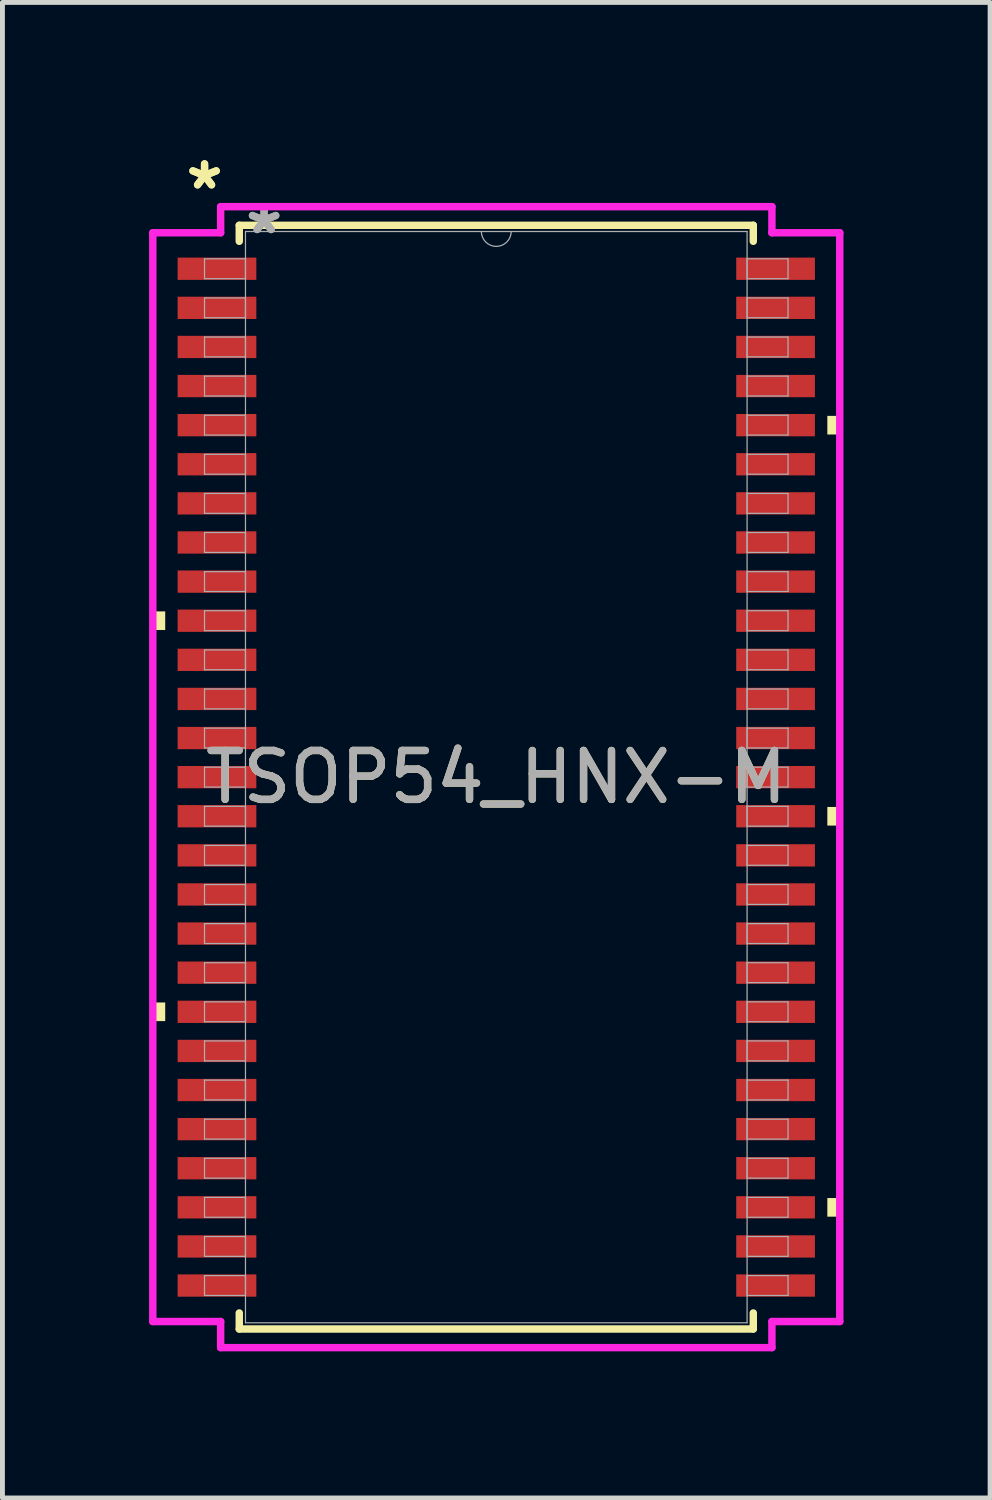
<source format=kicad_pcb>
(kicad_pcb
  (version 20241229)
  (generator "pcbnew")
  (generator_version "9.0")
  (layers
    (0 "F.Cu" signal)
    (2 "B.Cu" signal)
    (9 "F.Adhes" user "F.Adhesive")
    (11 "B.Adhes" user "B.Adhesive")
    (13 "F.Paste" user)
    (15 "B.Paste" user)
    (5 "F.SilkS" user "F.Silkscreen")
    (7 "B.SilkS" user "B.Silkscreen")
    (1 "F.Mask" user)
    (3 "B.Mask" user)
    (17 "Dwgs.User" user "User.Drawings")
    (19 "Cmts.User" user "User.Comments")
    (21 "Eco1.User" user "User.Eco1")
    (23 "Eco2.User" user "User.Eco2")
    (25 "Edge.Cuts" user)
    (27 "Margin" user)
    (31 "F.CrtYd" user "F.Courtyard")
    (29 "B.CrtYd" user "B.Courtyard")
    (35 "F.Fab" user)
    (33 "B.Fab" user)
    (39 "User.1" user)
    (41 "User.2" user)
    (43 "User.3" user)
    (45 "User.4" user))
  (footprint "TSOP54_HNX-M"
    (layer "F.Cu")
    (at 7.103 12.849)
    (property "Reference" "TSOP54_HNX-M" (at 0 0 0) (unlocked yes) (layer "F.SilkS") (effects (font (size 1 1) (thickness 0.15))))
    (attr smd)
    (fp_line (start -5.258 -11.29) (end -5.258 -10.962) (stroke (width 0.152) (type solid)) (layer "F.SilkS"))
    (fp_line (start -5.258 10.962) (end -5.258 11.29) (stroke (width 0.152) (type solid)) (layer "F.SilkS"))
    (fp_line (start -5.258 11.29) (end 5.258 11.29) (stroke (width 0.152) (type solid)) (layer "F.SilkS"))
    (fp_line (start 5.258 -11.29) (end -5.258 -11.29) (stroke (width 0.152) (type solid)) (layer "F.SilkS"))
    (fp_line (start 5.258 -10.962) (end 5.258 -11.29) (stroke (width 0.152) (type solid)) (layer "F.SilkS"))
    (fp_line (start 5.258 11.29) (end 5.258 10.962) (stroke (width 0.152) (type solid)) (layer "F.SilkS"))
    (fp_poly (pts (xy -7.027 -3.391) (xy -7.027 -3.01) (xy -6.773 -3.01) (xy -6.773 -3.391)) (stroke (width 0) (type solid)) (fill yes) (layer "F.SilkS"))
    (fp_poly (pts (xy -7.027 4.61) (xy -7.027 4.991) (xy -6.773 4.991) (xy -6.773 4.61)) (stroke (width 0) (type solid)) (fill yes) (layer "F.SilkS"))
    (fp_poly (pts (xy 7.027 -7.391) (xy 7.027 -7.01) (xy 6.773 -7.01) (xy 6.773 -7.391)) (stroke (width 0) (type solid)) (fill yes) (layer "F.SilkS"))
    (fp_poly (pts (xy 7.027 0.61) (xy 7.027 0.991) (xy 6.773 0.991) (xy 6.773 0.61)) (stroke (width 0) (type solid)) (fill yes) (layer "F.SilkS"))
    (fp_poly (pts (xy 7.027 8.611) (xy 7.027 8.992) (xy 6.773 8.992) (xy 6.773 8.611)) (stroke (width 0) (type solid)) (fill yes) (layer "F.SilkS"))
    (fp_line (start -7.027 -11.137) (end -5.639 -11.137) (stroke (width 0.152) (type solid)) (layer "F.CrtYd"))
    (fp_line (start -7.027 11.137) (end -7.027 -11.137) (stroke (width 0.152) (type solid)) (layer "F.CrtYd"))
    (fp_line (start -7.027 11.137) (end -5.639 11.137) (stroke (width 0.152) (type solid)) (layer "F.CrtYd"))
    (fp_line (start -5.639 -11.671) (end 5.639 -11.671) (stroke (width 0.152) (type solid)) (layer "F.CrtYd"))
    (fp_line (start -5.639 -11.137) (end -5.639 -11.671) (stroke (width 0.152) (type solid)) (layer "F.CrtYd"))
    (fp_line (start -5.639 11.671) (end -5.639 11.137) (stroke (width 0.152) (type solid)) (layer "F.CrtYd"))
    (fp_line (start 5.639 -11.671) (end 5.639 -11.137) (stroke (width 0.152) (type solid)) (layer "F.CrtYd"))
    (fp_line (start 5.639 11.137) (end 5.639 11.671) (stroke (width 0.152) (type solid)) (layer "F.CrtYd"))
    (fp_line (start 5.639 11.671) (end -5.639 11.671) (stroke (width 0.152) (type solid)) (layer "F.CrtYd"))
    (fp_line (start 7.027 -11.137) (end 5.639 -11.137) (stroke (width 0.152) (type solid)) (layer "F.CrtYd"))
    (fp_line (start 7.027 -11.137) (end 7.027 11.137) (stroke (width 0.152) (type solid)) (layer "F.CrtYd"))
    (fp_line (start 7.027 11.137) (end 5.639 11.137) (stroke (width 0.152) (type solid)) (layer "F.CrtYd"))
    (fp_line (start -5.969 -10.604) (end -5.969 -10.198) (stroke (width 0.025) (type solid)) (layer "F.Fab"))
    (fp_line (start -5.969 -10.198) (end -5.131 -10.198) (stroke (width 0.025) (type solid)) (layer "F.Fab"))
    (fp_line (start -5.969 -9.804) (end -5.969 -9.398) (stroke (width 0.025) (type solid)) (layer "F.Fab"))
    (fp_line (start -5.969 -9.398) (end -5.131 -9.398) (stroke (width 0.025) (type solid)) (layer "F.Fab"))
    (fp_line (start -5.969 -9.004) (end -5.969 -8.598) (stroke (width 0.025) (type solid)) (layer "F.Fab"))
    (fp_line (start -5.969 -8.598) (end -5.131 -8.598) (stroke (width 0.025) (type solid)) (layer "F.Fab"))
    (fp_line (start -5.969 -8.204) (end -5.969 -7.798) (stroke (width 0.025) (type solid)) (layer "F.Fab"))
    (fp_line (start -5.969 -7.798) (end -5.131 -7.798) (stroke (width 0.025) (type solid)) (layer "F.Fab"))
    (fp_line (start -5.969 -7.404) (end -5.969 -6.998) (stroke (width 0.025) (type solid)) (layer "F.Fab"))
    (fp_line (start -5.969 -6.998) (end -5.131 -6.998) (stroke (width 0.025) (type solid)) (layer "F.Fab"))
    (fp_line (start -5.969 -6.604) (end -5.969 -6.198) (stroke (width 0.025) (type solid)) (layer "F.Fab"))
    (fp_line (start -5.969 -6.198) (end -5.131 -6.198) (stroke (width 0.025) (type solid)) (layer "F.Fab"))
    (fp_line (start -5.969 -5.804) (end -5.969 -5.397) (stroke (width 0.025) (type solid)) (layer "F.Fab"))
    (fp_line (start -5.969 -5.397) (end -5.131 -5.397) (stroke (width 0.025) (type solid)) (layer "F.Fab"))
    (fp_line (start -5.969 -5.004) (end -5.969 -4.597) (stroke (width 0.025) (type solid)) (layer "F.Fab"))
    (fp_line (start -5.969 -4.597) (end -5.131 -4.597) (stroke (width 0.025) (type solid)) (layer "F.Fab"))
    (fp_line (start -5.969 -4.204) (end -5.969 -3.797) (stroke (width 0.025) (type solid)) (layer "F.Fab"))
    (fp_line (start -5.969 -3.797) (end -5.131 -3.797) (stroke (width 0.025) (type solid)) (layer "F.Fab"))
    (fp_line (start -5.969 -3.404) (end -5.969 -2.997) (stroke (width 0.025) (type solid)) (layer "F.Fab"))
    (fp_line (start -5.969 -2.997) (end -5.131 -2.997) (stroke (width 0.025) (type solid)) (layer "F.Fab"))
    (fp_line (start -5.969 -2.603) (end -5.969 -2.197) (stroke (width 0.025) (type solid)) (layer "F.Fab"))
    (fp_line (start -5.969 -2.197) (end -5.131 -2.197) (stroke (width 0.025) (type solid)) (layer "F.Fab"))
    (fp_line (start -5.969 -1.803) (end -5.969 -1.397) (stroke (width 0.025) (type solid)) (layer "F.Fab"))
    (fp_line (start -5.969 -1.397) (end -5.131 -1.397) (stroke (width 0.025) (type solid)) (layer "F.Fab"))
    (fp_line (start -5.969 -1.003) (end -5.969 -0.597) (stroke (width 0.025) (type solid)) (layer "F.Fab"))
    (fp_line (start -5.969 -0.597) (end -5.131 -0.597) (stroke (width 0.025) (type solid)) (layer "F.Fab"))
    (fp_line (start -5.969 -0.203) (end -5.969 0.203) (stroke (width 0.025) (type solid)) (layer "F.Fab"))
    (fp_line (start -5.969 0.203) (end -5.131 0.203) (stroke (width 0.025) (type solid)) (layer "F.Fab"))
    (fp_line (start -5.969 0.597) (end -5.969 1.003) (stroke (width 0.025) (type solid)) (layer "F.Fab"))
    (fp_line (start -5.969 1.003) (end -5.131 1.003) (stroke (width 0.025) (type solid)) (layer "F.Fab"))
    (fp_line (start -5.969 1.397) (end -5.969 1.803) (stroke (width 0.025) (type solid)) (layer "F.Fab"))
    (fp_line (start -5.969 1.803) (end -5.131 1.803) (stroke (width 0.025) (type solid)) (layer "F.Fab"))
    (fp_line (start -5.969 2.197) (end -5.969 2.603) (stroke (width 0.025) (type solid)) (layer "F.Fab"))
    (fp_line (start -5.969 2.603) (end -5.131 2.603) (stroke (width 0.025) (type solid)) (layer "F.Fab"))
    (fp_line (start -5.969 2.997) (end -5.969 3.404) (stroke (width 0.025) (type solid)) (layer "F.Fab"))
    (fp_line (start -5.969 3.404) (end -5.131 3.404) (stroke (width 0.025) (type solid)) (layer "F.Fab"))
    (fp_line (start -5.969 3.797) (end -5.969 4.204) (stroke (width 0.025) (type solid)) (layer "F.Fab"))
    (fp_line (start -5.969 4.204) (end -5.131 4.204) (stroke (width 0.025) (type solid)) (layer "F.Fab"))
    (fp_line (start -5.969 4.597) (end -5.969 5.004) (stroke (width 0.025) (type solid)) (layer "F.Fab"))
    (fp_line (start -5.969 5.004) (end -5.131 5.004) (stroke (width 0.025) (type solid)) (layer "F.Fab"))
    (fp_line (start -5.969 5.397) (end -5.969 5.804) (stroke (width 0.025) (type solid)) (layer "F.Fab"))
    (fp_line (start -5.969 5.804) (end -5.131 5.804) (stroke (width 0.025) (type solid)) (layer "F.Fab"))
    (fp_line (start -5.969 6.198) (end -5.969 6.604) (stroke (width 0.025) (type solid)) (layer "F.Fab"))
    (fp_line (start -5.969 6.604) (end -5.131 6.604) (stroke (width 0.025) (type solid)) (layer "F.Fab"))
    (fp_line (start -5.969 6.998) (end -5.969 7.404) (stroke (width 0.025) (type solid)) (layer "F.Fab"))
    (fp_line (start -5.969 7.404) (end -5.131 7.404) (stroke (width 0.025) (type solid)) (layer "F.Fab"))
    (fp_line (start -5.969 7.798) (end -5.969 8.204) (stroke (width 0.025) (type solid)) (layer "F.Fab"))
    (fp_line (start -5.969 8.204) (end -5.131 8.204) (stroke (width 0.025) (type solid)) (layer "F.Fab"))
    (fp_line (start -5.969 8.598) (end -5.969 9.004) (stroke (width 0.025) (type solid)) (layer "F.Fab"))
    (fp_line (start -5.969 9.004) (end -5.131 9.004) (stroke (width 0.025) (type solid)) (layer "F.Fab"))
    (fp_line (start -5.969 9.398) (end -5.969 9.804) (stroke (width 0.025) (type solid)) (layer "F.Fab"))
    (fp_line (start -5.969 9.804) (end -5.131 9.804) (stroke (width 0.025) (type solid)) (layer "F.Fab"))
    (fp_line (start -5.969 10.198) (end -5.969 10.604) (stroke (width 0.025) (type solid)) (layer "F.Fab"))
    (fp_line (start -5.969 10.604) (end -5.131 10.604) (stroke (width 0.025) (type solid)) (layer "F.Fab"))
    (fp_line (start -5.131 -11.163) (end -5.131 11.163) (stroke (width 0.025) (type solid)) (layer "F.Fab"))
    (fp_line (start -5.131 -10.604) (end -5.969 -10.604) (stroke (width 0.025) (type solid)) (layer "F.Fab"))
    (fp_line (start -5.131 -10.198) (end -5.131 -10.604) (stroke (width 0.025) (type solid)) (layer "F.Fab"))
    (fp_line (start -5.131 -9.804) (end -5.969 -9.804) (stroke (width 0.025) (type solid)) (layer "F.Fab"))
    (fp_line (start -5.131 -9.398) (end -5.131 -9.804) (stroke (width 0.025) (type solid)) (layer "F.Fab"))
    (fp_line (start -5.131 -9.004) (end -5.969 -9.004) (stroke (width 0.025) (type solid)) (layer "F.Fab"))
    (fp_line (start -5.131 -8.598) (end -5.131 -9.004) (stroke (width 0.025) (type solid)) (layer "F.Fab"))
    (fp_line (start -5.131 -8.204) (end -5.969 -8.204) (stroke (width 0.025) (type solid)) (layer "F.Fab"))
    (fp_line (start -5.131 -7.798) (end -5.131 -8.204) (stroke (width 0.025) (type solid)) (layer "F.Fab"))
    (fp_line (start -5.131 -7.404) (end -5.969 -7.404) (stroke (width 0.025) (type solid)) (layer "F.Fab"))
    (fp_line (start -5.131 -6.998) (end -5.131 -7.404) (stroke (width 0.025) (type solid)) (layer "F.Fab"))
    (fp_line (start -5.131 -6.604) (end -5.969 -6.604) (stroke (width 0.025) (type solid)) (layer "F.Fab"))
    (fp_line (start -5.131 -6.198) (end -5.131 -6.604) (stroke (width 0.025) (type solid)) (layer "F.Fab"))
    (fp_line (start -5.131 -5.804) (end -5.969 -5.804) (stroke (width 0.025) (type solid)) (layer "F.Fab"))
    (fp_line (start -5.131 -5.397) (end -5.131 -5.804) (stroke (width 0.025) (type solid)) (layer "F.Fab"))
    (fp_line (start -5.131 -5.004) (end -5.969 -5.004) (stroke (width 0.025) (type solid)) (layer "F.Fab"))
    (fp_line (start -5.131 -4.597) (end -5.131 -5.004) (stroke (width 0.025) (type solid)) (layer "F.Fab"))
    (fp_line (start -5.131 -4.204) (end -5.969 -4.204) (stroke (width 0.025) (type solid)) (layer "F.Fab"))
    (fp_line (start -5.131 -3.797) (end -5.131 -4.204) (stroke (width 0.025) (type solid)) (layer "F.Fab"))
    (fp_line (start -5.131 -3.404) (end -5.969 -3.404) (stroke (width 0.025) (type solid)) (layer "F.Fab"))
    (fp_line (start -5.131 -2.997) (end -5.131 -3.404) (stroke (width 0.025) (type solid)) (layer "F.Fab"))
    (fp_line (start -5.131 -2.603) (end -5.969 -2.603) (stroke (width 0.025) (type solid)) (layer "F.Fab"))
    (fp_line (start -5.131 -2.197) (end -5.131 -2.603) (stroke (width 0.025) (type solid)) (layer "F.Fab"))
    (fp_line (start -5.131 -1.803) (end -5.969 -1.803) (stroke (width 0.025) (type solid)) (layer "F.Fab"))
    (fp_line (start -5.131 -1.397) (end -5.131 -1.803) (stroke (width 0.025) (type solid)) (layer "F.Fab"))
    (fp_line (start -5.131 -1.003) (end -5.969 -1.003) (stroke (width 0.025) (type solid)) (layer "F.Fab"))
    (fp_line (start -5.131 -0.597) (end -5.131 -1.003) (stroke (width 0.025) (type solid)) (layer "F.Fab"))
    (fp_line (start -5.131 -0.203) (end -5.969 -0.203) (stroke (width 0.025) (type solid)) (layer "F.Fab"))
    (fp_line (start -5.131 0.203) (end -5.131 -0.203) (stroke (width 0.025) (type solid)) (layer "F.Fab"))
    (fp_line (start -5.131 0.597) (end -5.969 0.597) (stroke (width 0.025) (type solid)) (layer "F.Fab"))
    (fp_line (start -5.131 1.003) (end -5.131 0.597) (stroke (width 0.025) (type solid)) (layer "F.Fab"))
    (fp_line (start -5.131 1.397) (end -5.969 1.397) (stroke (width 0.025) (type solid)) (layer "F.Fab"))
    (fp_line (start -5.131 1.803) (end -5.131 1.397) (stroke (width 0.025) (type solid)) (layer "F.Fab"))
    (fp_line (start -5.131 2.197) (end -5.969 2.197) (stroke (width 0.025) (type solid)) (layer "F.Fab"))
    (fp_line (start -5.131 2.603) (end -5.131 2.197) (stroke (width 0.025) (type solid)) (layer "F.Fab"))
    (fp_line (start -5.131 2.997) (end -5.969 2.997) (stroke (width 0.025) (type solid)) (layer "F.Fab"))
    (fp_line (start -5.131 3.404) (end -5.131 2.997) (stroke (width 0.025) (type solid)) (layer "F.Fab"))
    (fp_line (start -5.131 3.797) (end -5.969 3.797) (stroke (width 0.025) (type solid)) (layer "F.Fab"))
    (fp_line (start -5.131 4.204) (end -5.131 3.797) (stroke (width 0.025) (type solid)) (layer "F.Fab"))
    (fp_line (start -5.131 4.597) (end -5.969 4.597) (stroke (width 0.025) (type solid)) (layer "F.Fab"))
    (fp_line (start -5.131 5.004) (end -5.131 4.597) (stroke (width 0.025) (type solid)) (layer "F.Fab"))
    (fp_line (start -5.131 5.397) (end -5.969 5.397) (stroke (width 0.025) (type solid)) (layer "F.Fab"))
    (fp_line (start -5.131 5.804) (end -5.131 5.397) (stroke (width 0.025) (type solid)) (layer "F.Fab"))
    (fp_line (start -5.131 6.198) (end -5.969 6.198) (stroke (width 0.025) (type solid)) (layer "F.Fab"))
    (fp_line (start -5.131 6.604) (end -5.131 6.198) (stroke (width 0.025) (type solid)) (layer "F.Fab"))
    (fp_line (start -5.131 6.998) (end -5.969 6.998) (stroke (width 0.025) (type solid)) (layer "F.Fab"))
    (fp_line (start -5.131 7.404) (end -5.131 6.998) (stroke (width 0.025) (type solid)) (layer "F.Fab"))
    (fp_line (start -5.131 7.798) (end -5.969 7.798) (stroke (width 0.025) (type solid)) (layer "F.Fab"))
    (fp_line (start -5.131 8.204) (end -5.131 7.798) (stroke (width 0.025) (type solid)) (layer "F.Fab"))
    (fp_line (start -5.131 8.598) (end -5.969 8.598) (stroke (width 0.025) (type solid)) (layer "F.Fab"))
    (fp_line (start -5.131 9.004) (end -5.131 8.598) (stroke (width 0.025) (type solid)) (layer "F.Fab"))
    (fp_line (start -5.131 9.398) (end -5.969 9.398) (stroke (width 0.025) (type solid)) (layer "F.Fab"))
    (fp_line (start -5.131 9.804) (end -5.131 9.398) (stroke (width 0.025) (type solid)) (layer "F.Fab"))
    (fp_line (start -5.131 10.198) (end -5.969 10.198) (stroke (width 0.025) (type solid)) (layer "F.Fab"))
    (fp_line (start -5.131 10.604) (end -5.131 10.198) (stroke (width 0.025) (type solid)) (layer "F.Fab"))
    (fp_line (start -5.131 11.163) (end 5.131 11.163) (stroke (width 0.025) (type solid)) (layer "F.Fab"))
    (fp_line (start 5.131 -11.163) (end -5.131 -11.163) (stroke (width 0.025) (type solid)) (layer "F.Fab"))
    (fp_line (start 5.131 -10.604) (end 5.131 -10.198) (stroke (width 0.025) (type solid)) (layer "F.Fab"))
    (fp_line (start 5.131 -10.198) (end 5.969 -10.198) (stroke (width 0.025) (type solid)) (layer "F.Fab"))
    (fp_line (start 5.131 -9.804) (end 5.131 -9.398) (stroke (width 0.025) (type solid)) (layer "F.Fab"))
    (fp_line (start 5.131 -9.398) (end 5.969 -9.398) (stroke (width 0.025) (type solid)) (layer "F.Fab"))
    (fp_line (start 5.131 -9.004) (end 5.131 -8.598) (stroke (width 0.025) (type solid)) (layer "F.Fab"))
    (fp_line (start 5.131 -8.598) (end 5.969 -8.598) (stroke (width 0.025) (type solid)) (layer "F.Fab"))
    (fp_line (start 5.131 -8.204) (end 5.131 -7.798) (stroke (width 0.025) (type solid)) (layer "F.Fab"))
    (fp_line (start 5.131 -7.798) (end 5.969 -7.798) (stroke (width 0.025) (type solid)) (layer "F.Fab"))
    (fp_line (start 5.131 -7.404) (end 5.131 -6.998) (stroke (width 0.025) (type solid)) (layer "F.Fab"))
    (fp_line (start 5.131 -6.998) (end 5.969 -6.998) (stroke (width 0.025) (type solid)) (layer "F.Fab"))
    (fp_line (start 5.131 -6.604) (end 5.131 -6.198) (stroke (width 0.025) (type solid)) (layer "F.Fab"))
    (fp_line (start 5.131 -6.198) (end 5.969 -6.198) (stroke (width 0.025) (type solid)) (layer "F.Fab"))
    (fp_line (start 5.131 -5.804) (end 5.131 -5.397) (stroke (width 0.025) (type solid)) (layer "F.Fab"))
    (fp_line (start 5.131 -5.397) (end 5.969 -5.397) (stroke (width 0.025) (type solid)) (layer "F.Fab"))
    (fp_line (start 5.131 -5.004) (end 5.131 -4.597) (stroke (width 0.025) (type solid)) (layer "F.Fab"))
    (fp_line (start 5.131 -4.597) (end 5.969 -4.597) (stroke (width 0.025) (type solid)) (layer "F.Fab"))
    (fp_line (start 5.131 -4.204) (end 5.131 -3.797) (stroke (width 0.025) (type solid)) (layer "F.Fab"))
    (fp_line (start 5.131 -3.797) (end 5.969 -3.797) (stroke (width 0.025) (type solid)) (layer "F.Fab"))
    (fp_line (start 5.131 -3.404) (end 5.131 -2.997) (stroke (width 0.025) (type solid)) (layer "F.Fab"))
    (fp_line (start 5.131 -2.997) (end 5.969 -2.997) (stroke (width 0.025) (type solid)) (layer "F.Fab"))
    (fp_line (start 5.131 -2.603) (end 5.131 -2.197) (stroke (width 0.025) (type solid)) (layer "F.Fab"))
    (fp_line (start 5.131 -2.197) (end 5.969 -2.197) (stroke (width 0.025) (type solid)) (layer "F.Fab"))
    (fp_line (start 5.131 -1.803) (end 5.131 -1.397) (stroke (width 0.025) (type solid)) (layer "F.Fab"))
    (fp_line (start 5.131 -1.397) (end 5.969 -1.397) (stroke (width 0.025) (type solid)) (layer "F.Fab"))
    (fp_line (start 5.131 -1.003) (end 5.131 -0.597) (stroke (width 0.025) (type solid)) (layer "F.Fab"))
    (fp_line (start 5.131 -0.597) (end 5.969 -0.597) (stroke (width 0.025) (type solid)) (layer "F.Fab"))
    (fp_line (start 5.131 -0.203) (end 5.131 0.203) (stroke (width 0.025) (type solid)) (layer "F.Fab"))
    (fp_line (start 5.131 0.203) (end 5.969 0.203) (stroke (width 0.025) (type solid)) (layer "F.Fab"))
    (fp_line (start 5.131 0.597) (end 5.131 1.003) (stroke (width 0.025) (type solid)) (layer "F.Fab"))
    (fp_line (start 5.131 1.003) (end 5.969 1.003) (stroke (width 0.025) (type solid)) (layer "F.Fab"))
    (fp_line (start 5.131 1.397) (end 5.131 1.803) (stroke (width 0.025) (type solid)) (layer "F.Fab"))
    (fp_line (start 5.131 1.803) (end 5.969 1.803) (stroke (width 0.025) (type solid)) (layer "F.Fab"))
    (fp_line (start 5.131 2.197) (end 5.131 2.603) (stroke (width 0.025) (type solid)) (layer "F.Fab"))
    (fp_line (start 5.131 2.603) (end 5.969 2.603) (stroke (width 0.025) (type solid)) (layer "F.Fab"))
    (fp_line (start 5.131 2.997) (end 5.131 3.404) (stroke (width 0.025) (type solid)) (layer "F.Fab"))
    (fp_line (start 5.131 3.404) (end 5.969 3.404) (stroke (width 0.025) (type solid)) (layer "F.Fab"))
    (fp_line (start 5.131 3.797) (end 5.131 4.204) (stroke (width 0.025) (type solid)) (layer "F.Fab"))
    (fp_line (start 5.131 4.204) (end 5.969 4.204) (stroke (width 0.025) (type solid)) (layer "F.Fab"))
    (fp_line (start 5.131 4.597) (end 5.131 5.004) (stroke (width 0.025) (type solid)) (layer "F.Fab"))
    (fp_line (start 5.131 5.004) (end 5.969 5.004) (stroke (width 0.025) (type solid)) (layer "F.Fab"))
    (fp_line (start 5.131 5.397) (end 5.131 5.804) (stroke (width 0.025) (type solid)) (layer "F.Fab"))
    (fp_line (start 5.131 5.804) (end 5.969 5.804) (stroke (width 0.025) (type solid)) (layer "F.Fab"))
    (fp_line (start 5.131 6.198) (end 5.131 6.604) (stroke (width 0.025) (type solid)) (layer "F.Fab"))
    (fp_line (start 5.131 6.604) (end 5.969 6.604) (stroke (width 0.025) (type solid)) (layer "F.Fab"))
    (fp_line (start 5.131 6.998) (end 5.131 7.404) (stroke (width 0.025) (type solid)) (layer "F.Fab"))
    (fp_line (start 5.131 7.404) (end 5.969 7.404) (stroke (width 0.025) (type solid)) (layer "F.Fab"))
    (fp_line (start 5.131 7.798) (end 5.131 8.204) (stroke (width 0.025) (type solid)) (layer "F.Fab"))
    (fp_line (start 5.131 8.204) (end 5.969 8.204) (stroke (width 0.025) (type solid)) (layer "F.Fab"))
    (fp_line (start 5.131 8.598) (end 5.131 9.004) (stroke (width 0.025) (type solid)) (layer "F.Fab"))
    (fp_line (start 5.131 9.004) (end 5.969 9.004) (stroke (width 0.025) (type solid)) (layer "F.Fab"))
    (fp_line (start 5.131 9.398) (end 5.131 9.804) (stroke (width 0.025) (type solid)) (layer "F.Fab"))
    (fp_line (start 5.131 9.804) (end 5.969 9.804) (stroke (width 0.025) (type solid)) (layer "F.Fab"))
    (fp_line (start 5.131 10.198) (end 5.131 10.604) (stroke (width 0.025) (type solid)) (layer "F.Fab"))
    (fp_line (start 5.131 10.604) (end 5.969 10.604) (stroke (width 0.025) (type solid)) (layer "F.Fab"))
    (fp_line (start 5.131 11.163) (end 5.131 -11.163) (stroke (width 0.025) (type solid)) (layer "F.Fab"))
    (fp_line (start 5.969 -10.604) (end 5.131 -10.604) (stroke (width 0.025) (type solid)) (layer "F.Fab"))
    (fp_line (start 5.969 -10.198) (end 5.969 -10.604) (stroke (width 0.025) (type solid)) (layer "F.Fab"))
    (fp_line (start 5.969 -9.804) (end 5.131 -9.804) (stroke (width 0.025) (type solid)) (layer "F.Fab"))
    (fp_line (start 5.969 -9.398) (end 5.969 -9.804) (stroke (width 0.025) (type solid)) (layer "F.Fab"))
    (fp_line (start 5.969 -9.004) (end 5.131 -9.004) (stroke (width 0.025) (type solid)) (layer "F.Fab"))
    (fp_line (start 5.969 -8.598) (end 5.969 -9.004) (stroke (width 0.025) (type solid)) (layer "F.Fab"))
    (fp_line (start 5.969 -8.204) (end 5.131 -8.204) (stroke (width 0.025) (type solid)) (layer "F.Fab"))
    (fp_line (start 5.969 -7.798) (end 5.969 -8.204) (stroke (width 0.025) (type solid)) (layer "F.Fab"))
    (fp_line (start 5.969 -7.404) (end 5.131 -7.404) (stroke (width 0.025) (type solid)) (layer "F.Fab"))
    (fp_line (start 5.969 -6.998) (end 5.969 -7.404) (stroke (width 0.025) (type solid)) (layer "F.Fab"))
    (fp_line (start 5.969 -6.604) (end 5.131 -6.604) (stroke (width 0.025) (type solid)) (layer "F.Fab"))
    (fp_line (start 5.969 -6.198) (end 5.969 -6.604) (stroke (width 0.025) (type solid)) (layer "F.Fab"))
    (fp_line (start 5.969 -5.804) (end 5.131 -5.804) (stroke (width 0.025) (type solid)) (layer "F.Fab"))
    (fp_line (start 5.969 -5.397) (end 5.969 -5.804) (stroke (width 0.025) (type solid)) (layer "F.Fab"))
    (fp_line (start 5.969 -5.004) (end 5.131 -5.004) (stroke (width 0.025) (type solid)) (layer "F.Fab"))
    (fp_line (start 5.969 -4.597) (end 5.969 -5.004) (stroke (width 0.025) (type solid)) (layer "F.Fab"))
    (fp_line (start 5.969 -4.204) (end 5.131 -4.204) (stroke (width 0.025) (type solid)) (layer "F.Fab"))
    (fp_line (start 5.969 -3.797) (end 5.969 -4.204) (stroke (width 0.025) (type solid)) (layer "F.Fab"))
    (fp_line (start 5.969 -3.404) (end 5.131 -3.404) (stroke (width 0.025) (type solid)) (layer "F.Fab"))
    (fp_line (start 5.969 -2.997) (end 5.969 -3.404) (stroke (width 0.025) (type solid)) (layer "F.Fab"))
    (fp_line (start 5.969 -2.603) (end 5.131 -2.603) (stroke (width 0.025) (type solid)) (layer "F.Fab"))
    (fp_line (start 5.969 -2.197) (end 5.969 -2.603) (stroke (width 0.025) (type solid)) (layer "F.Fab"))
    (fp_line (start 5.969 -1.803) (end 5.131 -1.803) (stroke (width 0.025) (type solid)) (layer "F.Fab"))
    (fp_line (start 5.969 -1.397) (end 5.969 -1.803) (stroke (width 0.025) (type solid)) (layer "F.Fab"))
    (fp_line (start 5.969 -1.003) (end 5.131 -1.003) (stroke (width 0.025) (type solid)) (layer "F.Fab"))
    (fp_line (start 5.969 -0.597) (end 5.969 -1.003) (stroke (width 0.025) (type solid)) (layer "F.Fab"))
    (fp_line (start 5.969 -0.203) (end 5.131 -0.203) (stroke (width 0.025) (type solid)) (layer "F.Fab"))
    (fp_line (start 5.969 0.203) (end 5.969 -0.203) (stroke (width 0.025) (type solid)) (layer "F.Fab"))
    (fp_line (start 5.969 0.597) (end 5.131 0.597) (stroke (width 0.025) (type solid)) (layer "F.Fab"))
    (fp_line (start 5.969 1.003) (end 5.969 0.597) (stroke (width 0.025) (type solid)) (layer "F.Fab"))
    (fp_line (start 5.969 1.397) (end 5.131 1.397) (stroke (width 0.025) (type solid)) (layer "F.Fab"))
    (fp_line (start 5.969 1.803) (end 5.969 1.397) (stroke (width 0.025) (type solid)) (layer "F.Fab"))
    (fp_line (start 5.969 2.197) (end 5.131 2.197) (stroke (width 0.025) (type solid)) (layer "F.Fab"))
    (fp_line (start 5.969 2.603) (end 5.969 2.197) (stroke (width 0.025) (type solid)) (layer "F.Fab"))
    (fp_line (start 5.969 2.997) (end 5.131 2.997) (stroke (width 0.025) (type solid)) (layer "F.Fab"))
    (fp_line (start 5.969 3.404) (end 5.969 2.997) (stroke (width 0.025) (type solid)) (layer "F.Fab"))
    (fp_line (start 5.969 3.797) (end 5.131 3.797) (stroke (width 0.025) (type solid)) (layer "F.Fab"))
    (fp_line (start 5.969 4.204) (end 5.969 3.797) (stroke (width 0.025) (type solid)) (layer "F.Fab"))
    (fp_line (start 5.969 4.597) (end 5.131 4.597) (stroke (width 0.025) (type solid)) (layer "F.Fab"))
    (fp_line (start 5.969 5.004) (end 5.969 4.597) (stroke (width 0.025) (type solid)) (layer "F.Fab"))
    (fp_line (start 5.969 5.397) (end 5.131 5.397) (stroke (width 0.025) (type solid)) (layer "F.Fab"))
    (fp_line (start 5.969 5.804) (end 5.969 5.397) (stroke (width 0.025) (type solid)) (layer "F.Fab"))
    (fp_line (start 5.969 6.198) (end 5.131 6.198) (stroke (width 0.025) (type solid)) (layer "F.Fab"))
    (fp_line (start 5.969 6.604) (end 5.969 6.198) (stroke (width 0.025) (type solid)) (layer "F.Fab"))
    (fp_line (start 5.969 6.998) (end 5.131 6.998) (stroke (width 0.025) (type solid)) (layer "F.Fab"))
    (fp_line (start 5.969 7.404) (end 5.969 6.998) (stroke (width 0.025) (type solid)) (layer "F.Fab"))
    (fp_line (start 5.969 7.798) (end 5.131 7.798) (stroke (width 0.025) (type solid)) (layer "F.Fab"))
    (fp_line (start 5.969 8.204) (end 5.969 7.798) (stroke (width 0.025) (type solid)) (layer "F.Fab"))
    (fp_line (start 5.969 8.598) (end 5.131 8.598) (stroke (width 0.025) (type solid)) (layer "F.Fab"))
    (fp_line (start 5.969 9.004) (end 5.969 8.598) (stroke (width 0.025) (type solid)) (layer "F.Fab"))
    (fp_line (start 5.969 9.398) (end 5.131 9.398) (stroke (width 0.025) (type solid)) (layer "F.Fab"))
    (fp_line (start 5.969 9.804) (end 5.969 9.398) (stroke (width 0.025) (type solid)) (layer "F.Fab"))
    (fp_line (start 5.969 10.198) (end 5.131 10.198) (stroke (width 0.025) (type solid)) (layer "F.Fab"))
    (fp_line (start 5.969 10.604) (end 5.969 10.198) (stroke (width 0.025) (type solid)) (layer "F.Fab"))
    (fp_arc (start 0.3048 -11.1633) (mid 0 -10.8585) (end -0.3048 -11.1633) (stroke (width 0.0254) (type solid)) (layer "F.Fab"))
    (fp_text user "*" (at -5.968 -12.001 0) (unlocked yes) (layer "F.SilkS") (effects (font (size 1 1) (thickness 0.15))))
    (fp_text user "*" (at -5.968 -12.001 0) (layer "F.SilkS") (effects (font (size 1 1) (thickness 0.15))))
    (fp_text user "*" (at -4.75 -11.087 0) (layer "F.Fab") (effects (font (size 1 1) (thickness 0.15))))
    (fp_text user "${REFERENCE}" (at 0 0 0) (unlocked yes) (layer "F.Fab") (effects (font (size 1 1) (thickness 0.15))))
    (fp_text user "*" (at -4.75 -11.087 0) (unlocked yes) (layer "F.Fab") (effects (font (size 1 1) (thickness 0.15))))
    (pad "1" smd rect (at -5.714 -10.401) (size 1.61 0.456) (layers "F.Cu" "F.Mask" "F.Paste"))
    (pad "2" smd rect (at -5.714 -9.601) (size 1.61 0.456) (layers "F.Cu" "F.Mask" "F.Paste"))
    (pad "3" smd rect (at -5.714 -8.801) (size 1.61 0.456) (layers "F.Cu" "F.Mask" "F.Paste"))
    (pad "4" smd rect (at -5.714 -8.001) (size 1.61 0.456) (layers "F.Cu" "F.Mask" "F.Paste"))
    (pad "5" smd rect (at -5.714 -7.201) (size 1.61 0.456) (layers "F.Cu" "F.Mask" "F.Paste"))
    (pad "6" smd rect (at -5.714 -6.401) (size 1.61 0.456) (layers "F.Cu" "F.Mask" "F.Paste"))
    (pad "7" smd rect (at -5.714 -5.601) (size 1.61 0.456) (layers "F.Cu" "F.Mask" "F.Paste"))
    (pad "8" smd rect (at -5.714 -4.801) (size 1.61 0.456) (layers "F.Cu" "F.Mask" "F.Paste"))
    (pad "9" smd rect (at -5.714 -4) (size 1.61 0.456) (layers "F.Cu" "F.Mask" "F.Paste"))
    (pad "10" smd rect (at -5.714 -3.2) (size 1.61 0.456) (layers "F.Cu" "F.Mask" "F.Paste"))
    (pad "11" smd rect (at -5.714 -2.4) (size 1.61 0.456) (layers "F.Cu" "F.Mask" "F.Paste"))
    (pad "12" smd rect (at -5.714 -1.6) (size 1.61 0.456) (layers "F.Cu" "F.Mask" "F.Paste"))
    (pad "13" smd rect (at -5.714 -0.8) (size 1.61 0.456) (layers "F.Cu" "F.Mask" "F.Paste"))
    (pad "14" smd rect (at -5.714 0) (size 1.61 0.456) (layers "F.Cu" "F.Mask" "F.Paste"))
    (pad "15" smd rect (at -5.714 0.8) (size 1.61 0.456) (layers "F.Cu" "F.Mask" "F.Paste"))
    (pad "16" smd rect (at -5.714 1.6) (size 1.61 0.456) (layers "F.Cu" "F.Mask" "F.Paste"))
    (pad "17" smd rect (at -5.714 2.4) (size 1.61 0.456) (layers "F.Cu" "F.Mask" "F.Paste"))
    (pad "18" smd rect (at -5.714 3.2) (size 1.61 0.456) (layers "F.Cu" "F.Mask" "F.Paste"))
    (pad "19" smd rect (at -5.714 4) (size 1.61 0.456) (layers "F.Cu" "F.Mask" "F.Paste"))
    (pad "20" smd rect (at -5.714 4.801) (size 1.61 0.456) (layers "F.Cu" "F.Mask" "F.Paste"))
    (pad "21" smd rect (at -5.714 5.601) (size 1.61 0.456) (layers "F.Cu" "F.Mask" "F.Paste"))
    (pad "22" smd rect (at -5.714 6.401) (size 1.61 0.456) (layers "F.Cu" "F.Mask" "F.Paste"))
    (pad "23" smd rect (at -5.714 7.201) (size 1.61 0.456) (layers "F.Cu" "F.Mask" "F.Paste"))
    (pad "24" smd rect (at -5.714 8.001) (size 1.61 0.456) (layers "F.Cu" "F.Mask" "F.Paste"))
    (pad "25" smd rect (at -5.714 8.801) (size 1.61 0.456) (layers "F.Cu" "F.Mask" "F.Paste"))
    (pad "26" smd rect (at -5.714 9.601) (size 1.61 0.456) (layers "F.Cu" "F.Mask" "F.Paste"))
    (pad "27" smd rect (at -5.714 10.401) (size 1.61 0.456) (layers "F.Cu" "F.Mask" "F.Paste"))
    (pad "28" smd rect (at 5.714 10.401) (size 1.61 0.456) (layers "F.Cu" "F.Mask" "F.Paste"))
    (pad "29" smd rect (at 5.714 9.601) (size 1.61 0.456) (layers "F.Cu" "F.Mask" "F.Paste"))
    (pad "30" smd rect (at 5.714 8.801) (size 1.61 0.456) (layers "F.Cu" "F.Mask" "F.Paste"))
    (pad "31" smd rect (at 5.714 8.001) (size 1.61 0.456) (layers "F.Cu" "F.Mask" "F.Paste"))
    (pad "32" smd rect (at 5.714 7.201) (size 1.61 0.456) (layers "F.Cu" "F.Mask" "F.Paste"))
    (pad "33" smd rect (at 5.714 6.401) (size 1.61 0.456) (layers "F.Cu" "F.Mask" "F.Paste"))
    (pad "34" smd rect (at 5.714 5.601) (size 1.61 0.456) (layers "F.Cu" "F.Mask" "F.Paste"))
    (pad "35" smd rect (at 5.714 4.801) (size 1.61 0.456) (layers "F.Cu" "F.Mask" "F.Paste"))
    (pad "36" smd rect (at 5.714 4) (size 1.61 0.456) (layers "F.Cu" "F.Mask" "F.Paste"))
    (pad "37" smd rect (at 5.714 3.2) (size 1.61 0.456) (layers "F.Cu" "F.Mask" "F.Paste"))
    (pad "38" smd rect (at 5.714 2.4) (size 1.61 0.456) (layers "F.Cu" "F.Mask" "F.Paste"))
    (pad "39" smd rect (at 5.714 1.6) (size 1.61 0.456) (layers "F.Cu" "F.Mask" "F.Paste"))
    (pad "40" smd rect (at 5.714 0.8) (size 1.61 0.456) (layers "F.Cu" "F.Mask" "F.Paste"))
    (pad "41" smd rect (at 5.714 0) (size 1.61 0.456) (layers "F.Cu" "F.Mask" "F.Paste"))
    (pad "42" smd rect (at 5.714 -0.8) (size 1.61 0.456) (layers "F.Cu" "F.Mask" "F.Paste"))
    (pad "43" smd rect (at 5.714 -1.6) (size 1.61 0.456) (layers "F.Cu" "F.Mask" "F.Paste"))
    (pad "44" smd rect (at 5.714 -2.4) (size 1.61 0.456) (layers "F.Cu" "F.Mask" "F.Paste"))
    (pad "45" smd rect (at 5.714 -3.2) (size 1.61 0.456) (layers "F.Cu" "F.Mask" "F.Paste"))
    (pad "46" smd rect (at 5.714 -4) (size 1.61 0.456) (layers "F.Cu" "F.Mask" "F.Paste"))
    (pad "47" smd rect (at 5.714 -4.801) (size 1.61 0.456) (layers "F.Cu" "F.Mask" "F.Paste"))
    (pad "48" smd rect (at 5.714 -5.601) (size 1.61 0.456) (layers "F.Cu" "F.Mask" "F.Paste"))
    (pad "49" smd rect (at 5.714 -6.401) (size 1.61 0.456) (layers "F.Cu" "F.Mask" "F.Paste"))
    (pad "50" smd rect (at 5.714 -7.201) (size 1.61 0.456) (layers "F.Cu" "F.Mask" "F.Paste"))
    (pad "51" smd rect (at 5.714 -8.001) (size 1.61 0.456) (layers "F.Cu" "F.Mask" "F.Paste"))
    (pad "52" smd rect (at 5.714 -8.801) (size 1.61 0.456) (layers "F.Cu" "F.Mask" "F.Paste"))
    (pad "53" smd rect (at 5.714 -9.601) (size 1.61 0.456) (layers "F.Cu" "F.Mask" "F.Paste"))
    (pad "54" smd rect (at 5.714 -10.401) (size 1.61 0.456) (layers "F.Cu" "F.Mask" "F.Paste")))
  (gr_rect
    (start -3 -3)
    (end 17.206 27.596)
    (stroke (width 0.1) (type default))
    (fill no)
    (layer "Edge.Cuts")))
</source>
